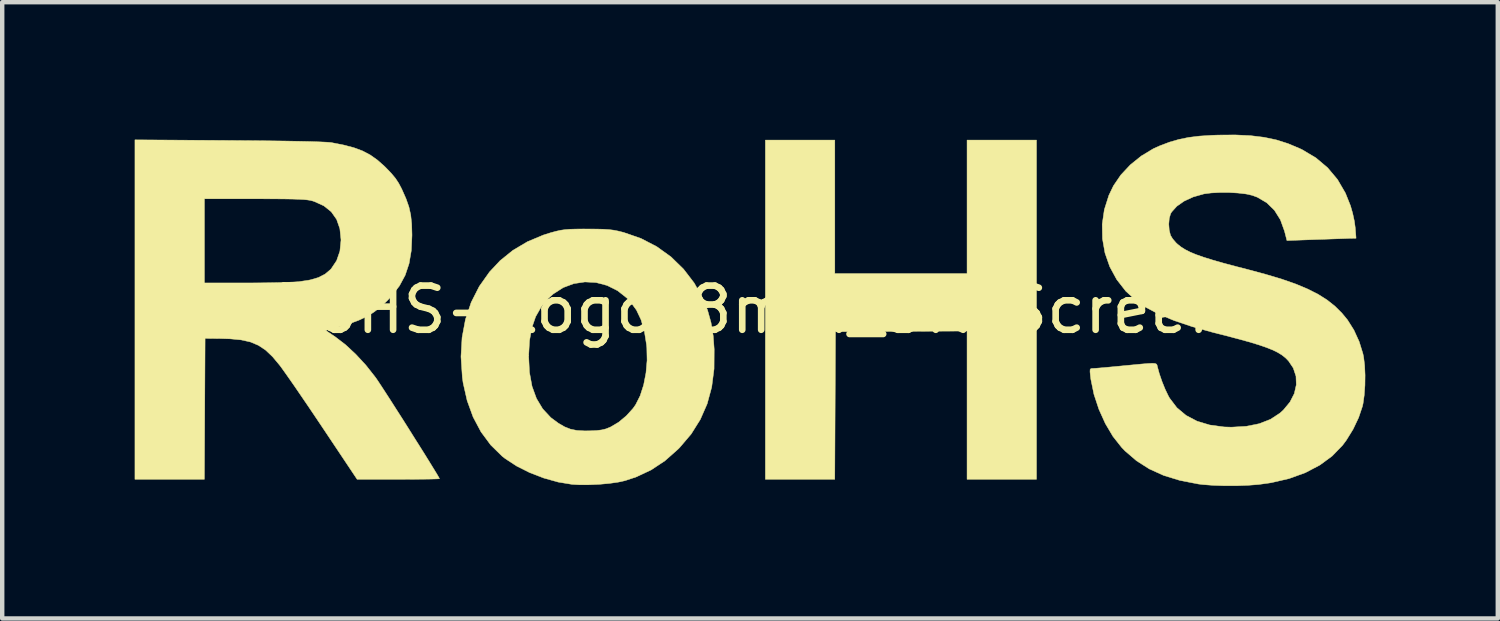
<source format=kicad_pcb>
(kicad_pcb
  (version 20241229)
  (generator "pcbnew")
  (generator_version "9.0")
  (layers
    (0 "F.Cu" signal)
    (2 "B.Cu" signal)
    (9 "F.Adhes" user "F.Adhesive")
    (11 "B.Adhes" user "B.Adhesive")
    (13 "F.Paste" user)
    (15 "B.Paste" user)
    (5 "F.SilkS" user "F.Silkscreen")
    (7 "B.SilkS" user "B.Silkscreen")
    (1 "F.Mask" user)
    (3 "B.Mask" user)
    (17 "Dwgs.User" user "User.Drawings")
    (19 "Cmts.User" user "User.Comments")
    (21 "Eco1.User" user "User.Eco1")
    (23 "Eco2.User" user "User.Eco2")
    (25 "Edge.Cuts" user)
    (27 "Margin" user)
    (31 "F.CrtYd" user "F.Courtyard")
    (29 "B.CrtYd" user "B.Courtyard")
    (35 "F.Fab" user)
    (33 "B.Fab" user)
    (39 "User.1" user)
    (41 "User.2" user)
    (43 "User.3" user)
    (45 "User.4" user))
  (footprint "RoHS-Logo_8mm_SilkScreen"
    (layer "F.Cu")
    (at 13.945 3.961)
    (property "Reference" "RoHS-Logo_8mm_SilkScreen" (at 0 0 0) (layer "F.SilkS") (effects (font (size 1 1) (thickness 0.15))))
    (attr exclude_from_pos_files exclude_from_bom allow_missing_courtyard)
    (fp_poly (pts (xy 1.905 -0.816) (xy 4.899 -0.816) (xy 4.899 -3.84) (xy 6.471 -3.84) (xy 6.471 3.84) (xy 4.899 3.84) (xy 4.899 0.483) (xy 3.409 0.491) (xy 1.92 0.499) (xy 1.912 2.17) (xy 1.904 3.84) (xy 0.333 3.84) (xy 0.333 -3.84) (xy 1.905 -3.84) (xy 1.905 -0.816)) (stroke (width 0.01) (type solid)) (fill yes) (layer "F.SilkS"))
    (fp_poly (pts (xy -3.689 -1.826) (xy -3.487 -1.825) (xy -3.332 -1.821) (xy -3.208 -1.813) (xy -3.103 -1.8) (xy -3.001 -1.78) (xy -2.889 -1.752) (xy -2.871 -1.747) (xy -2.484 -1.613) (xy -2.127 -1.428) (xy -1.804 -1.196) (xy -1.52 -0.919) (xy -1.277 -0.602) (xy -1.087 -0.26) (xy -0.976 0.011) (xy -0.898 0.291) (xy -0.848 0.594) (xy -0.826 0.895) (xy -0.829 1.34) (xy -0.882 1.752) (xy -0.985 2.132) (xy -1.14 2.485) (xy -1.346 2.814) (xy -1.607 3.121) (xy -1.647 3.161) (xy -1.942 3.422) (xy -2.255 3.629) (xy -2.595 3.788) (xy -2.848 3.872) (xy -3.005 3.906) (xy -3.205 3.934) (xy -3.428 3.954) (xy -3.657 3.964) (xy -3.873 3.965) (xy -4.043 3.955) (xy -4.359 3.903) (xy -4.684 3.812) (xy -5.003 3.689) (xy -5.3 3.54) (xy -5.558 3.371) (xy -5.627 3.317) (xy -5.885 3.064) (xy -6.105 2.767) (xy -6.284 2.43) (xy -6.419 2.059) (xy -6.51 1.658) (xy -6.528 1.527) (xy -6.558 1.069) (xy -6.558 1.058) (xy -5.026 1.058) (xy -5.008 1.419) (xy -4.95 1.735) (xy -4.85 2.01) (xy -4.709 2.245) (xy -4.525 2.443) (xy -4.354 2.57) (xy -4.213 2.652) (xy -4.079 2.705) (xy -3.936 2.734) (xy -3.762 2.744) (xy -3.644 2.743) (xy -3.488 2.736) (xy -3.373 2.722) (xy -3.278 2.699) (xy -3.183 2.661) (xy -3.168 2.654) (xy -2.989 2.548) (xy -2.814 2.402) (xy -2.662 2.234) (xy -2.604 2.151) (xy -2.502 1.949) (xy -2.423 1.704) (xy -2.37 1.432) (xy -2.345 1.147) (xy -2.351 0.864) (xy -2.358 0.793) (xy -2.407 0.487) (xy -2.482 0.228) (xy -2.586 0.009) (xy -2.724 -0.181) (xy -2.799 -0.26) (xy -3.013 -0.43) (xy -3.249 -0.548) (xy -3.498 -0.614) (xy -3.752 -0.628) (xy -4.004 -0.59) (xy -4.245 -0.5) (xy -4.468 -0.357) (xy -4.577 -0.26) (xy -4.742 -0.063) (xy -4.868 0.158) (xy -4.955 0.411) (xy -5.007 0.701) (xy -5.026 1.036) (xy -5.026 1.058) (xy -6.558 1.058) (xy -6.534 0.633) (xy -6.457 0.22) (xy -6.327 -0.167) (xy -6.145 -0.526) (xy -5.912 -0.855) (xy -5.674 -1.109) (xy -5.384 -1.343) (xy -5.054 -1.539) (xy -4.691 -1.691) (xy -4.518 -1.745) (xy -4.402 -1.776) (xy -4.303 -1.798) (xy -4.205 -1.812) (xy -4.096 -1.821) (xy -3.96 -1.825) (xy -3.784 -1.827) (xy -3.689 -1.826)) (stroke (width 0.01) (type solid)) (fill yes) (layer "F.SilkS"))
    (fp_poly (pts (xy -11.816 -3.831) (xy -11.341 -3.827) (xy -10.916 -3.823) (xy -10.544 -3.818) (xy -10.225 -3.812) (xy -9.96 -3.806) (xy -9.752 -3.799) (xy -9.601 -3.792) (xy -9.509 -3.785) (xy -9.495 -3.783) (xy -9.214 -3.728) (xy -8.982 -3.667) (xy -8.786 -3.594) (xy -8.615 -3.504) (xy -8.456 -3.392) (xy -8.297 -3.252) (xy -8.263 -3.219) (xy -8.136 -3.087) (xy -8.042 -2.974) (xy -7.967 -2.86) (xy -7.897 -2.727) (xy -7.894 -2.719) (xy -7.802 -2.511) (xy -7.737 -2.326) (xy -7.696 -2.143) (xy -7.675 -1.943) (xy -7.668 -1.705) (xy -7.668 -1.678) (xy -7.683 -1.34) (xy -7.734 -1.043) (xy -7.822 -0.78) (xy -7.952 -0.539) (xy -8.127 -0.311) (xy -8.237 -0.195) (xy -8.385 -0.058) (xy -8.533 0.057) (xy -8.691 0.154) (xy -8.872 0.239) (xy -9.084 0.317) (xy -9.34 0.394) (xy -9.521 0.442) (xy -9.622 0.469) (xy -9.4 0.619) (xy -9.173 0.793) (xy -8.94 1.01) (xy -8.713 1.255) (xy -8.508 1.515) (xy -8.477 1.557) (xy -8.425 1.634) (xy -8.35 1.748) (xy -8.255 1.894) (xy -8.144 2.066) (xy -8.022 2.257) (xy -7.892 2.46) (xy -7.759 2.67) (xy -7.627 2.881) (xy -7.498 3.085) (xy -7.378 3.276) (xy -7.271 3.449) (xy -7.18 3.597) (xy -7.109 3.713) (xy -7.063 3.791) (xy -7.046 3.825) (xy -7.045 3.826) (xy -7.074 3.83) (xy -7.157 3.833) (xy -7.285 3.836) (xy -7.452 3.838) (xy -7.65 3.839) (xy -7.872 3.84) (xy -7.978 3.84) (xy -8.91 3.84) (xy -9.682 2.684) (xy -9.849 2.435) (xy -10.012 2.193) (xy -10.169 1.963) (xy -10.313 1.752) (xy -10.441 1.568) (xy -10.548 1.416) (xy -10.629 1.303) (xy -10.666 1.254) (xy -10.826 1.063) (xy -10.982 0.915) (xy -11.145 0.807) (xy -11.325 0.731) (xy -11.535 0.684) (xy -11.785 0.66) (xy -11.973 0.654) (xy -12.352 0.65) (xy -12.36 2.245) (xy -12.368 3.84) (xy -13.94 3.84) (xy -13.94 -2.51) (xy -12.367 -2.51) (xy -12.367 -0.605) (xy -11.422 -0.605) (xy -11.174 -0.606) (xy -10.933 -0.609) (xy -10.708 -0.613) (xy -10.51 -0.619) (xy -10.349 -0.626) (xy -10.236 -0.633) (xy -10.213 -0.636) (xy -9.975 -0.673) (xy -9.786 -0.728) (xy -9.636 -0.805) (xy -9.515 -0.907) (xy -9.497 -0.926) (xy -9.374 -1.11) (xy -9.3 -1.323) (xy -9.275 -1.57) (xy -9.275 -1.587) (xy -9.301 -1.835) (xy -9.374 -2.044) (xy -9.495 -2.216) (xy -9.663 -2.351) (xy -9.879 -2.449) (xy -9.919 -2.462) (xy -9.97 -2.475) (xy -10.035 -2.485) (xy -10.118 -2.493) (xy -10.227 -2.499) (xy -10.367 -2.504) (xy -10.546 -2.507) (xy -10.768 -2.509) (xy -11.042 -2.51) (xy -11.224 -2.51) (xy -12.367 -2.51) (xy -13.94 -2.51) (xy -13.94 -3.845) (xy -11.816 -3.831)) (stroke (width 0.01) (type solid)) (fill yes) (layer "F.SilkS"))
    (fp_poly (pts (xy 11.316 -3.94) (xy 11.621 -3.903) (xy 11.901 -3.844) (xy 12.166 -3.76) (xy 12.427 -3.65) (xy 12.485 -3.623) (xy 12.796 -3.438) (xy 13.063 -3.213) (xy 13.286 -2.947) (xy 13.465 -2.64) (xy 13.58 -2.353) (xy 13.629 -2.182) (xy 13.668 -2.002) (xy 13.688 -1.852) (xy 13.706 -1.618) (xy 13.619 -1.616) (xy 13.564 -1.615) (xy 13.459 -1.611) (xy 13.313 -1.606) (xy 13.136 -1.6) (xy 12.939 -1.593) (xy 12.836 -1.59) (xy 12.141 -1.565) (xy 12.086 -1.779) (xy 11.993 -2.036) (xy 11.858 -2.251) (xy 11.684 -2.421) (xy 11.471 -2.546) (xy 11.354 -2.589) (xy 11.214 -2.62) (xy 11.033 -2.641) (xy 10.829 -2.653) (xy 10.621 -2.653) (xy 10.427 -2.643) (xy 10.265 -2.622) (xy 10.253 -2.619) (xy 10.018 -2.552) (xy 9.814 -2.458) (xy 9.648 -2.342) (xy 9.531 -2.212) (xy 9.507 -2.171) (xy 9.477 -2.069) (xy 9.466 -1.937) (xy 9.476 -1.8) (xy 9.505 -1.684) (xy 9.505 -1.684) (xy 9.553 -1.605) (xy 9.627 -1.518) (xy 9.663 -1.484) (xy 9.742 -1.421) (xy 9.835 -1.362) (xy 9.947 -1.305) (xy 10.083 -1.248) (xy 10.251 -1.189) (xy 10.455 -1.125) (xy 10.703 -1.054) (xy 11 -0.975) (xy 11.249 -0.911) (xy 11.667 -0.798) (xy 12.031 -0.689) (xy 12.346 -0.579) (xy 12.617 -0.465) (xy 12.851 -0.346) (xy 13.053 -0.218) (xy 13.229 -0.078) (xy 13.384 0.076) (xy 13.512 0.231) (xy 13.657 0.461) (xy 13.777 0.724) (xy 13.861 0.995) (xy 13.877 1.071) (xy 13.9 1.26) (xy 13.91 1.481) (xy 13.907 1.713) (xy 13.891 1.935) (xy 13.864 2.127) (xy 13.85 2.189) (xy 13.764 2.444) (xy 13.639 2.707) (xy 13.486 2.955) (xy 13.398 3.073) (xy 13.164 3.314) (xy 12.883 3.52) (xy 12.557 3.691) (xy 12.189 3.824) (xy 11.782 3.918) (xy 11.497 3.958) (xy 11.262 3.976) (xy 11 3.986) (xy 10.73 3.986) (xy 10.471 3.977) (xy 10.242 3.96) (xy 10.13 3.946) (xy 9.716 3.865) (xy 9.351 3.753) (xy 9.026 3.606) (xy 8.737 3.422) (xy 8.477 3.199) (xy 8.397 3.116) (xy 8.202 2.869) (xy 8.029 2.577) (xy 7.884 2.255) (xy 7.772 1.917) (xy 7.702 1.577) (xy 7.693 1.504) (xy 7.683 1.407) (xy 7.685 1.355) (xy 7.704 1.334) (xy 7.743 1.33) (xy 7.745 1.33) (xy 7.796 1.328) (xy 7.897 1.32) (xy 8.037 1.308) (xy 8.207 1.292) (xy 8.396 1.274) (xy 8.436 1.27) (xy 8.668 1.248) (xy 8.847 1.231) (xy 8.98 1.22) (xy 9.074 1.215) (xy 9.136 1.216) (xy 9.173 1.224) (xy 9.193 1.238) (xy 9.202 1.26) (xy 9.208 1.288) (xy 9.209 1.293) (xy 9.251 1.446) (xy 9.312 1.624) (xy 9.383 1.8) (xy 9.456 1.952) (xy 9.484 2.002) (xy 9.649 2.219) (xy 9.857 2.393) (xy 10.105 2.524) (xy 10.393 2.611) (xy 10.72 2.655) (xy 10.886 2.66) (xy 11.223 2.64) (xy 11.516 2.581) (xy 11.769 2.482) (xy 11.984 2.341) (xy 12.059 2.273) (xy 12.209 2.092) (xy 12.308 1.899) (xy 12.353 1.701) (xy 12.346 1.506) (xy 12.284 1.32) (xy 12.177 1.161) (xy 12.11 1.092) (xy 12.031 1.029) (xy 11.936 0.97) (xy 11.818 0.912) (xy 11.672 0.854) (xy 11.493 0.793) (xy 11.275 0.727) (xy 11.012 0.655) (xy 10.699 0.573) (xy 10.472 0.516) (xy 10.002 0.386) (xy 9.589 0.247) (xy 9.235 0.099) (xy 8.939 -0.058) (xy 8.744 -0.19) (xy 8.493 -0.419) (xy 8.288 -0.682) (xy 8.13 -0.972) (xy 8.022 -1.282) (xy 7.965 -1.605) (xy 7.959 -1.935) (xy 8.007 -2.265) (xy 8.109 -2.587) (xy 8.213 -2.804) (xy 8.38 -3.049) (xy 8.594 -3.278) (xy 8.844 -3.48) (xy 9.116 -3.644) (xy 9.26 -3.709) (xy 9.482 -3.793) (xy 9.696 -3.855) (xy 9.917 -3.9) (xy 10.161 -3.93) (xy 10.443 -3.948) (xy 10.584 -3.953) (xy 10.973 -3.956) (xy 11.316 -3.94)) (stroke (width 0.01) (type solid)) (fill yes) (layer "F.SilkS")))
  (gr_rect
    (start -3 -3)
    (end 30.86 10.952)
    (stroke (width 0.1) (type default))
    (fill no)
    (layer "Edge.Cuts")))
</source>
